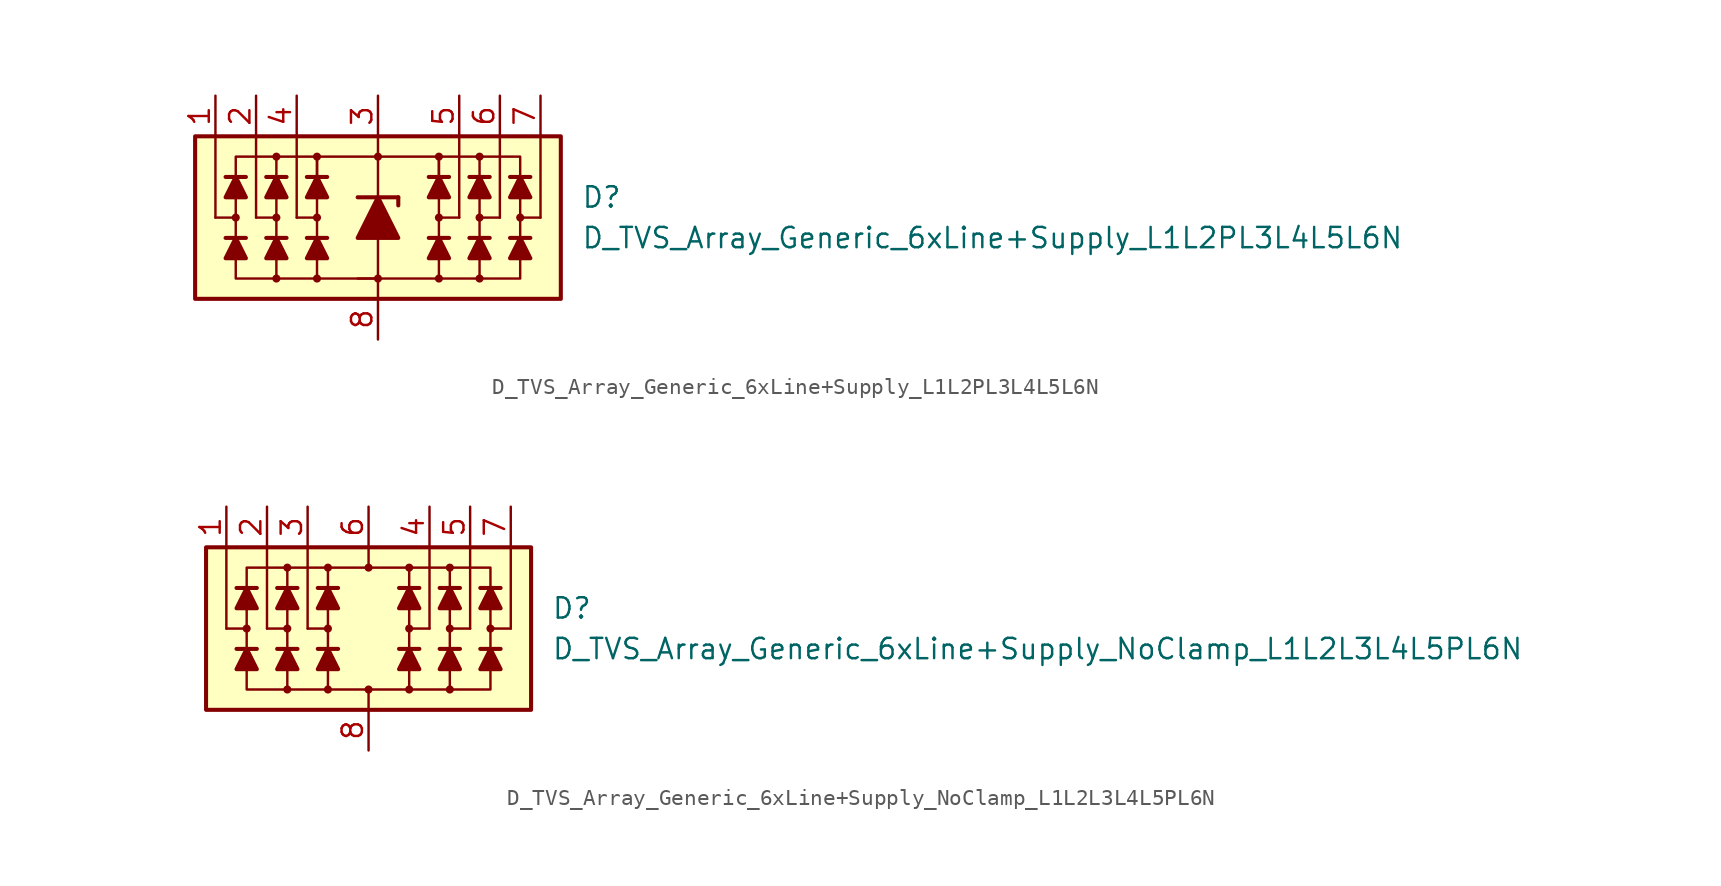
<source format=kicad_sym>
(kicad_symbol_lib
  (version 20231120)
  (generator "kicad_symbol_editor")
  (generator_version "8.0")
  (symbol "D_TVS_Array_Generic_6xLine+Supply_L1L2PL3L4L5L6N"
    (pin_names
      (offset 1.016) hide)
    (property "Reference" "D"
      (at 12.7 1.27 0)
      (effects (font (size 1.27 1.27)) (justify left)))
    (property "Value" "D_TVS_Array_Generic_6xLine+Supply_L1L2PL3L4L5L6N"
      (at 12.7 -1.27 0)
      (effects (font (size 1.27 1.27)) (justify left)))
    (symbol "D_TVS_Array_Generic_6xLine+Supply_L1L2PL3L4L5L6N_0_1"
      (rectangle (start -11.43 5.08) (end 11.43 -5.08) (stroke (width 0.254) (type default)) (fill (type background)))
      (circle (center -3.81 0) (radius 0.178) (stroke (width 0) (type default)) (fill (type outline)))
      (polyline (pts (xy -8.255 -1.27) (xy -9.525 -1.27)) (stroke (width 0.254) (type default)) (fill (type none)))
      (polyline (pts (xy -8.255 2.54) (xy -9.525 2.54)) (stroke (width 0.254) (type default)) (fill (type none)))
      (polyline (pts (xy -5.715 -1.27) (xy -6.985 -1.27)) (stroke (width 0.254) (type default)) (fill (type none)))
      (polyline (pts (xy -5.715 2.54) (xy -6.985 2.54)) (stroke (width 0.254) (type default)) (fill (type none)))
      (polyline (pts (xy -5.08 0) (xy -5.08 5.08)) (stroke (width 0) (type default)) (fill (type none)))
      (polyline (pts (xy -3.81 -1.27) (xy -3.81 1.27)) (stroke (width 0) (type default)) (fill (type none)))
      (polyline (pts (xy -3.81 0) (xy -5.08 0)) (stroke (width 0) (type default)) (fill (type none)))
      (polyline (pts (xy -3.175 -1.27) (xy -4.445 -1.27)) (stroke (width 0.254) (type default)) (fill (type none)))
      (polyline (pts (xy -3.175 2.54) (xy -4.445 2.54)) (stroke (width 0.254) (type default)) (fill (type none)))
      (polyline (pts (xy 0 -1.27) (xy 0 -5.08)) (stroke (width 0) (type default)) (fill (type none)))
      (polyline (pts (xy 0 1.27) (xy 0 5.08)) (stroke (width 0.152) (type default)) (fill (type none)))
      (polyline (pts (xy 3.81 -1.27) (xy 3.81 1.27)) (stroke (width 0) (type default)) (fill (type none)))
      (polyline (pts (xy 3.81 0) (xy 5.08 0)) (stroke (width 0) (type default)) (fill (type none)))
      (polyline (pts (xy 3.81 3.81) (xy 6.35 3.81)) (stroke (width 0.152) (type default)) (fill (type none)))
      (polyline (pts (xy 4.445 -1.27) (xy 3.175 -1.27)) (stroke (width 0.254) (type default)) (fill (type none)))
      (polyline (pts (xy 4.445 2.54) (xy 3.175 2.54)) (stroke (width 0.254) (type default)) (fill (type none)))
      (polyline (pts (xy 5.08 0) (xy 5.08 5.08)) (stroke (width 0) (type default)) (fill (type none)))
      (polyline (pts (xy 6.35 3.81) (xy 6.35 -3.81)) (stroke (width 0.152) (type default)) (fill (type none)))
      (polyline (pts (xy 6.985 -1.27) (xy 5.715 -1.27)) (stroke (width 0.254) (type default)) (fill (type none)))
      (polyline (pts (xy 6.985 2.54) (xy 5.715 2.54)) (stroke (width 0.254) (type default)) (fill (type none)))
      (polyline (pts (xy 8.255 -1.27) (xy 9.525 -1.27)) (stroke (width 0.254) (type default)) (fill (type none)))
      (polyline (pts (xy 8.255 2.54) (xy 9.525 2.54)) (stroke (width 0.254) (type default)) (fill (type none)))
      (polyline (pts (xy 6.35 -3.81) (xy -1.27 -3.81) (xy 0 -3.81)) (stroke (width 0.152) (type default)) (fill (type none)))
      (polyline (pts (xy -8.89 -1.27) (xy -8.255 -2.54) (xy -9.525 -2.54) (xy -8.89 -1.27)) (stroke (width 0.254) (type default)) (fill (type outline)))
      (polyline (pts (xy -8.89 2.54) (xy -8.255 1.27) (xy -9.525 1.27) (xy -8.89 2.54)) (stroke (width 0.254) (type default)) (fill (type outline)))
      (polyline (pts (xy -6.35 -1.27) (xy -5.715 -2.54) (xy -6.985 -2.54) (xy -6.35 -1.27)) (stroke (width 0.254) (type default)) (fill (type outline)))
      (polyline (pts (xy -6.35 2.54) (xy -5.715 1.27) (xy -6.985 1.27) (xy -6.35 2.54)) (stroke (width 0.254) (type default)) (fill (type outline)))
      (polyline (pts (xy -6.35 3.81) (xy -8.89 3.81) (xy -8.89 -3.81) (xy -6.35 -3.81)) (stroke (width 0.152) (type default)) (fill (type none)))
      (polyline (pts (xy -3.81 -1.27) (xy -3.175 -2.54) (xy -4.445 -2.54) (xy -3.81 -1.27)) (stroke (width 0.254) (type default)) (fill (type outline)))
      (polyline (pts (xy -3.81 2.54) (xy -3.81 3.81) (xy 3.81 3.81) (xy 3.81 2.54)) (stroke (width 0) (type default)) (fill (type none)))
      (polyline (pts (xy -3.81 2.54) (xy -3.175 1.27) (xy -4.445 1.27) (xy -3.81 2.54)) (stroke (width 0.254) (type default)) (fill (type outline)))
      (polyline (pts (xy 0 -3.81) (xy -6.35 -3.81) (xy -6.35 3.81) (xy -3.81 3.81)) (stroke (width 0) (type default)) (fill (type none)))
      (polyline (pts (xy 3.81 -1.27) (xy 4.445 -2.54) (xy 3.175 -2.54) (xy 3.81 -1.27)) (stroke (width 0.254) (type default)) (fill (type outline)))
      (polyline (pts (xy 3.81 2.54) (xy 4.445 1.27) (xy 3.175 1.27) (xy 3.81 2.54)) (stroke (width 0.254) (type default)) (fill (type outline)))
      (polyline (pts (xy 6.35 -1.27) (xy 6.985 -2.54) (xy 5.715 -2.54) (xy 6.35 -1.27)) (stroke (width 0.254) (type default)) (fill (type outline)))
      (polyline (pts (xy 6.35 2.54) (xy 6.985 1.27) (xy 5.715 1.27) (xy 6.35 2.54)) (stroke (width 0.254) (type default)) (fill (type outline)))
      (polyline (pts (xy 6.35 3.81) (xy 8.89 3.81) (xy 8.89 -3.81) (xy 6.35 -3.81)) (stroke (width 0.152) (type default)) (fill (type none)))
      (polyline (pts (xy 8.89 -1.27) (xy 8.255 -2.54) (xy 9.525 -2.54) (xy 8.89 -1.27)) (stroke (width 0.254) (type default)) (fill (type outline)))
      (polyline (pts (xy 8.89 2.54) (xy 8.255 1.27) (xy 9.525 1.27) (xy 8.89 2.54)) (stroke (width 0.254) (type default)) (fill (type outline)))
      (circle (center 0 3.81) (radius 0.178) (stroke (width 0) (type default)) (fill (type outline)))
      (circle (center 3.81 0) (radius 0.178) (stroke (width 0) (type default)) (fill (type outline))))
    (symbol "D_TVS_Array_Generic_6xLine+Supply_L1L2PL3L4L5L6N_1_1"
      (circle (center -8.89 0) (radius 0.178) (stroke (width 0) (type default)) (fill (type outline)))
      (circle (center -6.35 -3.81) (radius 0.178) (stroke (width 0) (type default)) (fill (type outline)))
      (circle (center -6.35 0) (radius 0.178) (stroke (width 0) (type default)) (fill (type outline)))
      (circle (center -6.35 3.81) (radius 0.178) (stroke (width 0) (type default)) (fill (type outline)))
      (circle (center -3.81 -3.81) (radius 0.178) (stroke (width 0) (type default)) (fill (type outline)))
      (circle (center -3.81 3.81) (radius 0.178) (stroke (width 0) (type default)) (fill (type outline)))
      (circle (center 0 -3.81) (radius 0.178) (stroke (width 0) (type default)) (fill (type outline)))
      (polyline (pts (xy -10.16 0) (xy -10.16 5.08)) (stroke (width 0) (type default)) (fill (type none)))
      (polyline (pts (xy -8.89 0) (xy -10.16 0)) (stroke (width 0) (type default)) (fill (type none)))
      (polyline (pts (xy -7.62 0) (xy -7.62 5.08)) (stroke (width 0) (type default)) (fill (type none)))
      (polyline (pts (xy -6.35 0) (xy -7.62 0)) (stroke (width 0) (type default)) (fill (type none)))
      (polyline (pts (xy -3.81 -3.81) (xy -3.81 -1.27)) (stroke (width 0) (type default)) (fill (type none)))
      (polyline (pts (xy -3.81 1.27) (xy -3.81 3.81)) (stroke (width 0) (type default)) (fill (type none)))
      (polyline (pts (xy -1.27 1.27) (xy 1.27 1.27)) (stroke (width 0.254) (type default)) (fill (type none)))
      (polyline (pts (xy 0 -1.27) (xy 0 1.27)) (stroke (width 0) (type default)) (fill (type none)))
      (polyline (pts (xy 1.27 1.27) (xy 1.27 0.762)) (stroke (width 0.254) (type default)) (fill (type none)))
      (polyline (pts (xy 3.81 -3.81) (xy 3.81 -1.27)) (stroke (width 0) (type default)) (fill (type none)))
      (polyline (pts (xy 3.81 1.27) (xy 3.81 3.81)) (stroke (width 0) (type default)) (fill (type none)))
      (polyline (pts (xy 6.35 0) (xy 7.62 0)) (stroke (width 0) (type default)) (fill (type none)))
      (polyline (pts (xy 7.62 0) (xy 7.62 5.08)) (stroke (width 0) (type default)) (fill (type none)))
      (polyline (pts (xy 8.89 0) (xy 10.16 0)) (stroke (width 0) (type default)) (fill (type none)))
      (polyline (pts (xy 10.16 0) (xy 10.16 5.08)) (stroke (width 0) (type default)) (fill (type none)))
      (polyline (pts (xy 1.27 -1.27) (xy -1.27 -1.27) (xy 0 1.27) (xy 1.27 -1.27)) (stroke (width 0.254) (type default)) (fill (type outline)))
      (circle (center 3.81 -3.81) (radius 0.178) (stroke (width 0) (type default)) (fill (type outline)))
      (circle (center 3.81 3.81) (radius 0.178) (stroke (width 0) (type default)) (fill (type outline)))
      (circle (center 6.35 -3.81) (radius 0.178) (stroke (width 0) (type default)) (fill (type outline)))
      (circle (center 6.35 0) (radius 0.178) (stroke (width 0) (type default)) (fill (type outline)))
      (circle (center 6.35 3.81) (radius 0.178) (stroke (width 0) (type default)) (fill (type outline)))
      (circle (center 8.89 0) (radius 0.178) (stroke (width 0) (type default)) (fill (type outline)))
      (pin passive line (at -10.16 7.62 270) (length 2.54) (name "L1" (effects (font (size 1.27 1.27)))) (number "1" (effects (font (size 1.27 1.27)))))
      (pin passive line (at -7.62 7.62 270) (length 2.54) (name "L2" (effects (font (size 1.27 1.27)))) (number "2" (effects (font (size 1.27 1.27)))))
      (pin passive line (at 0 7.62 270) (length 2.54) (name "VP" (effects (font (size 1.27 1.27)))) (number "3" (effects (font (size 1.27 1.27)))))
      (pin passive line (at -5.08 7.62 270) (length 2.54) (name "L3" (effects (font (size 1.27 1.27)))) (number "4" (effects (font (size 1.27 1.27)))))
      (pin passive line (at 5.08 7.62 270) (length 2.54) (name "L4" (effects (font (size 1.27 1.27)))) (number "5" (effects (font (size 1.27 1.27)))))
      (pin passive line (at 7.62 7.62 270) (length 2.54) (name "L5" (effects (font (size 1.27 1.27)))) (number "6" (effects (font (size 1.27 1.27)))))
      (pin passive line (at 10.16 7.62 270) (length 2.54) (name "L6" (effects (font (size 1.27 1.27)))) (number "7" (effects (font (size 1.27 1.27)))))
      (pin passive line (at 0 -7.62 90) (length 2.54) (name "VN" (effects (font (size 1.27 1.27)))) (number "8" (effects (font (size 1.27 1.27)))))))
  (symbol "D_TVS_Array_Generic_6xLine+Supply_NoClamp_L1L2L3L4L5PL6N"
    (pin_names
      (offset 1.016) hide)
    (property "Reference" "D"
      (at 11.43 1.27 0)
      (effects (font (size 1.27 1.27)) (justify left)))
    (property "Value" "D_TVS_Array_Generic_6xLine+Supply_NoClamp_L1L2L3L4L5PL6N"
      (at 11.43 -1.27 0)
      (effects (font (size 1.27 1.27)) (justify left)))
    (symbol "D_TVS_Array_Generic_6xLine+Supply_NoClamp_L1L2L3L4L5PL6N_0_1"
      (rectangle (start -10.16 5.08) (end 10.16 -5.08) (stroke (width 0.254) (type default)) (fill (type background)))
      (circle (center -2.54 0) (radius 0.178) (stroke (width 0) (type default)) (fill (type outline)))
      (polyline (pts (xy -6.985 -1.27) (xy -8.255 -1.27)) (stroke (width 0.254) (type default)) (fill (type none)))
      (polyline (pts (xy -6.985 2.54) (xy -8.255 2.54)) (stroke (width 0.254) (type default)) (fill (type none)))
      (polyline (pts (xy -5.08 -3.81) (xy -5.08 3.81)) (stroke (width 0.152) (type default)) (fill (type none)))
      (polyline (pts (xy -5.08 3.81) (xy 2.54 3.81)) (stroke (width 0.152) (type default)) (fill (type none)))
      (polyline (pts (xy -4.445 -1.27) (xy -5.715 -1.27)) (stroke (width 0.254) (type default)) (fill (type none)))
      (polyline (pts (xy -4.445 2.54) (xy -5.715 2.54)) (stroke (width 0.254) (type default)) (fill (type none)))
      (polyline (pts (xy -3.81 0) (xy -3.81 5.08)) (stroke (width 0) (type default)) (fill (type none)))
      (polyline (pts (xy -2.54 -1.27) (xy -2.54 1.27)) (stroke (width 0) (type default)) (fill (type none)))
      (polyline (pts (xy -2.54 0) (xy -3.81 0)) (stroke (width 0) (type default)) (fill (type none)))
      (polyline (pts (xy -1.905 -1.27) (xy -3.175 -1.27)) (stroke (width 0.254) (type default)) (fill (type none)))
      (polyline (pts (xy -1.905 2.54) (xy -3.175 2.54)) (stroke (width 0.254) (type default)) (fill (type none)))
      (polyline (pts (xy 0 -3.81) (xy 0 -5.08)) (stroke (width 0.152) (type default)) (fill (type none)))
      (polyline (pts (xy 0 3.81) (xy 0 5.08)) (stroke (width 0.152) (type default)) (fill (type none)))
      (polyline (pts (xy 2.54 -1.27) (xy 2.54 1.27)) (stroke (width 0) (type default)) (fill (type none)))
      (polyline (pts (xy 2.54 0) (xy 3.81 0)) (stroke (width 0) (type default)) (fill (type none)))
      (polyline (pts (xy 2.54 3.81) (xy 5.08 3.81)) (stroke (width 0.152) (type default)) (fill (type none)))
      (polyline (pts (xy 3.175 -1.27) (xy 1.905 -1.27)) (stroke (width 0.254) (type default)) (fill (type none)))
      (polyline (pts (xy 3.175 2.54) (xy 1.905 2.54)) (stroke (width 0.254) (type default)) (fill (type none)))
      (polyline (pts (xy 3.81 0) (xy 3.81 5.08)) (stroke (width 0) (type default)) (fill (type none)))
      (polyline (pts (xy 5.08 3.81) (xy 5.08 -3.81)) (stroke (width 0.152) (type default)) (fill (type none)))
      (polyline (pts (xy 5.715 -1.27) (xy 4.445 -1.27)) (stroke (width 0.254) (type default)) (fill (type none)))
      (polyline (pts (xy 5.715 2.54) (xy 4.445 2.54)) (stroke (width 0.254) (type default)) (fill (type none)))
      (polyline (pts (xy 6.985 -1.27) (xy 8.255 -1.27)) (stroke (width 0.254) (type default)) (fill (type none)))
      (polyline (pts (xy 6.985 2.54) (xy 8.255 2.54)) (stroke (width 0.254) (type default)) (fill (type none)))
      (polyline (pts (xy 5.08 -3.81) (xy -5.08 -3.81) (xy -2.54 -3.81)) (stroke (width 0.152) (type default)) (fill (type none)))
      (polyline (pts (xy -7.62 -1.27) (xy -6.985 -2.54) (xy -8.255 -2.54) (xy -7.62 -1.27)) (stroke (width 0.254) (type default)) (fill (type outline)))
      (polyline (pts (xy -7.62 2.54) (xy -6.985 1.27) (xy -8.255 1.27) (xy -7.62 2.54)) (stroke (width 0.254) (type default)) (fill (type outline)))
      (polyline (pts (xy -5.08 -1.27) (xy -4.445 -2.54) (xy -5.715 -2.54) (xy -5.08 -1.27)) (stroke (width 0.254) (type default)) (fill (type outline)))
      (polyline (pts (xy -5.08 2.54) (xy -4.445 1.27) (xy -5.715 1.27) (xy -5.08 2.54)) (stroke (width 0.254) (type default)) (fill (type outline)))
      (polyline (pts (xy -5.08 3.81) (xy -7.62 3.81) (xy -7.62 -3.81) (xy -5.08 -3.81)) (stroke (width 0.152) (type default)) (fill (type none)))
      (polyline (pts (xy -2.54 -1.27) (xy -1.905 -2.54) (xy -3.175 -2.54) (xy -2.54 -1.27)) (stroke (width 0.254) (type default)) (fill (type outline)))
      (polyline (pts (xy -2.54 2.54) (xy -1.905 1.27) (xy -3.175 1.27) (xy -2.54 2.54)) (stroke (width 0.254) (type default)) (fill (type outline)))
      (polyline (pts (xy 2.54 -1.27) (xy 3.175 -2.54) (xy 1.905 -2.54) (xy 2.54 -1.27)) (stroke (width 0.254) (type default)) (fill (type outline)))
      (polyline (pts (xy 2.54 2.54) (xy 3.175 1.27) (xy 1.905 1.27) (xy 2.54 2.54)) (stroke (width 0.254) (type default)) (fill (type outline)))
      (polyline (pts (xy 5.08 -1.27) (xy 5.715 -2.54) (xy 4.445 -2.54) (xy 5.08 -1.27)) (stroke (width 0.254) (type default)) (fill (type outline)))
      (polyline (pts (xy 5.08 2.54) (xy 5.715 1.27) (xy 4.445 1.27) (xy 5.08 2.54)) (stroke (width 0.254) (type default)) (fill (type outline)))
      (polyline (pts (xy 5.08 3.81) (xy 7.62 3.81) (xy 7.62 -3.81) (xy 5.08 -3.81)) (stroke (width 0.152) (type default)) (fill (type none)))
      (polyline (pts (xy 7.62 -1.27) (xy 6.985 -2.54) (xy 8.255 -2.54) (xy 7.62 -1.27)) (stroke (width 0.254) (type default)) (fill (type outline)))
      (polyline (pts (xy 7.62 2.54) (xy 6.985 1.27) (xy 8.255 1.27) (xy 7.62 2.54)) (stroke (width 0.254) (type default)) (fill (type outline)))
      (circle (center 0 3.81) (radius 0.178) (stroke (width 0) (type default)) (fill (type outline)))
      (circle (center 2.54 0) (radius 0.178) (stroke (width 0) (type default)) (fill (type outline))))
    (symbol "D_TVS_Array_Generic_6xLine+Supply_NoClamp_L1L2L3L4L5PL6N_1_1"
      (circle (center -7.62 0) (radius 0.178) (stroke (width 0) (type default)) (fill (type outline)))
      (circle (center -5.08 -3.81) (radius 0.178) (stroke (width 0) (type default)) (fill (type outline)))
      (circle (center -5.08 0) (radius 0.178) (stroke (width 0) (type default)) (fill (type outline)))
      (circle (center -5.08 3.81) (radius 0.178) (stroke (width 0) (type default)) (fill (type outline)))
      (circle (center -2.54 -3.81) (radius 0.178) (stroke (width 0) (type default)) (fill (type outline)))
      (circle (center -2.54 3.81) (radius 0.178) (stroke (width 0) (type default)) (fill (type outline)))
      (circle (center 0 -3.81) (radius 0.178) (stroke (width 0) (type default)) (fill (type outline)))
      (polyline (pts (xy -8.89 0) (xy -8.89 5.08)) (stroke (width 0) (type default)) (fill (type none)))
      (polyline (pts (xy -7.62 0) (xy -8.89 0)) (stroke (width 0) (type default)) (fill (type none)))
      (polyline (pts (xy -6.35 0) (xy -6.35 5.08)) (stroke (width 0) (type default)) (fill (type none)))
      (polyline (pts (xy -5.08 0) (xy -6.35 0)) (stroke (width 0) (type default)) (fill (type none)))
      (polyline (pts (xy -2.54 -3.81) (xy -2.54 -1.27)) (stroke (width 0) (type default)) (fill (type none)))
      (polyline (pts (xy -2.54 1.27) (xy -2.54 3.81)) (stroke (width 0) (type default)) (fill (type none)))
      (polyline (pts (xy 2.54 -3.81) (xy 2.54 -1.27)) (stroke (width 0) (type default)) (fill (type none)))
      (polyline (pts (xy 2.54 1.27) (xy 2.54 3.81)) (stroke (width 0) (type default)) (fill (type none)))
      (polyline (pts (xy 5.08 0) (xy 6.35 0)) (stroke (width 0) (type default)) (fill (type none)))
      (polyline (pts (xy 6.35 0) (xy 6.35 5.08)) (stroke (width 0) (type default)) (fill (type none)))
      (polyline (pts (xy 7.62 0) (xy 8.89 0)) (stroke (width 0) (type default)) (fill (type none)))
      (polyline (pts (xy 8.89 0) (xy 8.89 5.08)) (stroke (width 0) (type default)) (fill (type none)))
      (circle (center 2.54 -3.81) (radius 0.178) (stroke (width 0) (type default)) (fill (type outline)))
      (circle (center 2.54 3.81) (radius 0.178) (stroke (width 0) (type default)) (fill (type outline)))
      (circle (center 5.08 -3.81) (radius 0.178) (stroke (width 0) (type default)) (fill (type outline)))
      (circle (center 5.08 0) (radius 0.178) (stroke (width 0) (type default)) (fill (type outline)))
      (circle (center 5.08 3.81) (radius 0.178) (stroke (width 0) (type default)) (fill (type outline)))
      (circle (center 7.62 0) (radius 0.178) (stroke (width 0) (type default)) (fill (type outline)))
      (pin passive line (at -8.89 7.62 270) (length 2.54) (name "L1" (effects (font (size 1.27 1.27)))) (number "1" (effects (font (size 1.27 1.27)))))
      (pin passive line (at -6.35 7.62 270) (length 2.54) (name "L2" (effects (font (size 1.27 1.27)))) (number "2" (effects (font (size 1.27 1.27)))))
      (pin passive line (at -3.81 7.62 270) (length 2.54) (name "L3" (effects (font (size 1.27 1.27)))) (number "3" (effects (font (size 1.27 1.27)))))
      (pin passive line (at 3.81 7.62 270) (length 2.54) (name "L4" (effects (font (size 1.27 1.27)))) (number "4" (effects (font (size 1.27 1.27)))))
      (pin passive line (at 6.35 7.62 270) (length 2.54) (name "L5" (effects (font (size 1.27 1.27)))) (number "5" (effects (font (size 1.27 1.27)))))
      (pin passive line (at 0 7.62 270) (length 2.54) (name "VP" (effects (font (size 1.27 1.27)))) (number "6" (effects (font (size 1.27 1.27)))))
      (pin passive line (at 8.89 7.62 270) (length 2.54) (name "L6" (effects (font (size 1.27 1.27)))) (number "7" (effects (font (size 1.27 1.27)))))
      (pin passive line (at 0 -7.62 90) (length 2.54) (name "VN" (effects (font (size 1.27 1.27)))) (number "8" (effects (font (size 1.27 1.27))))))))
</source>
